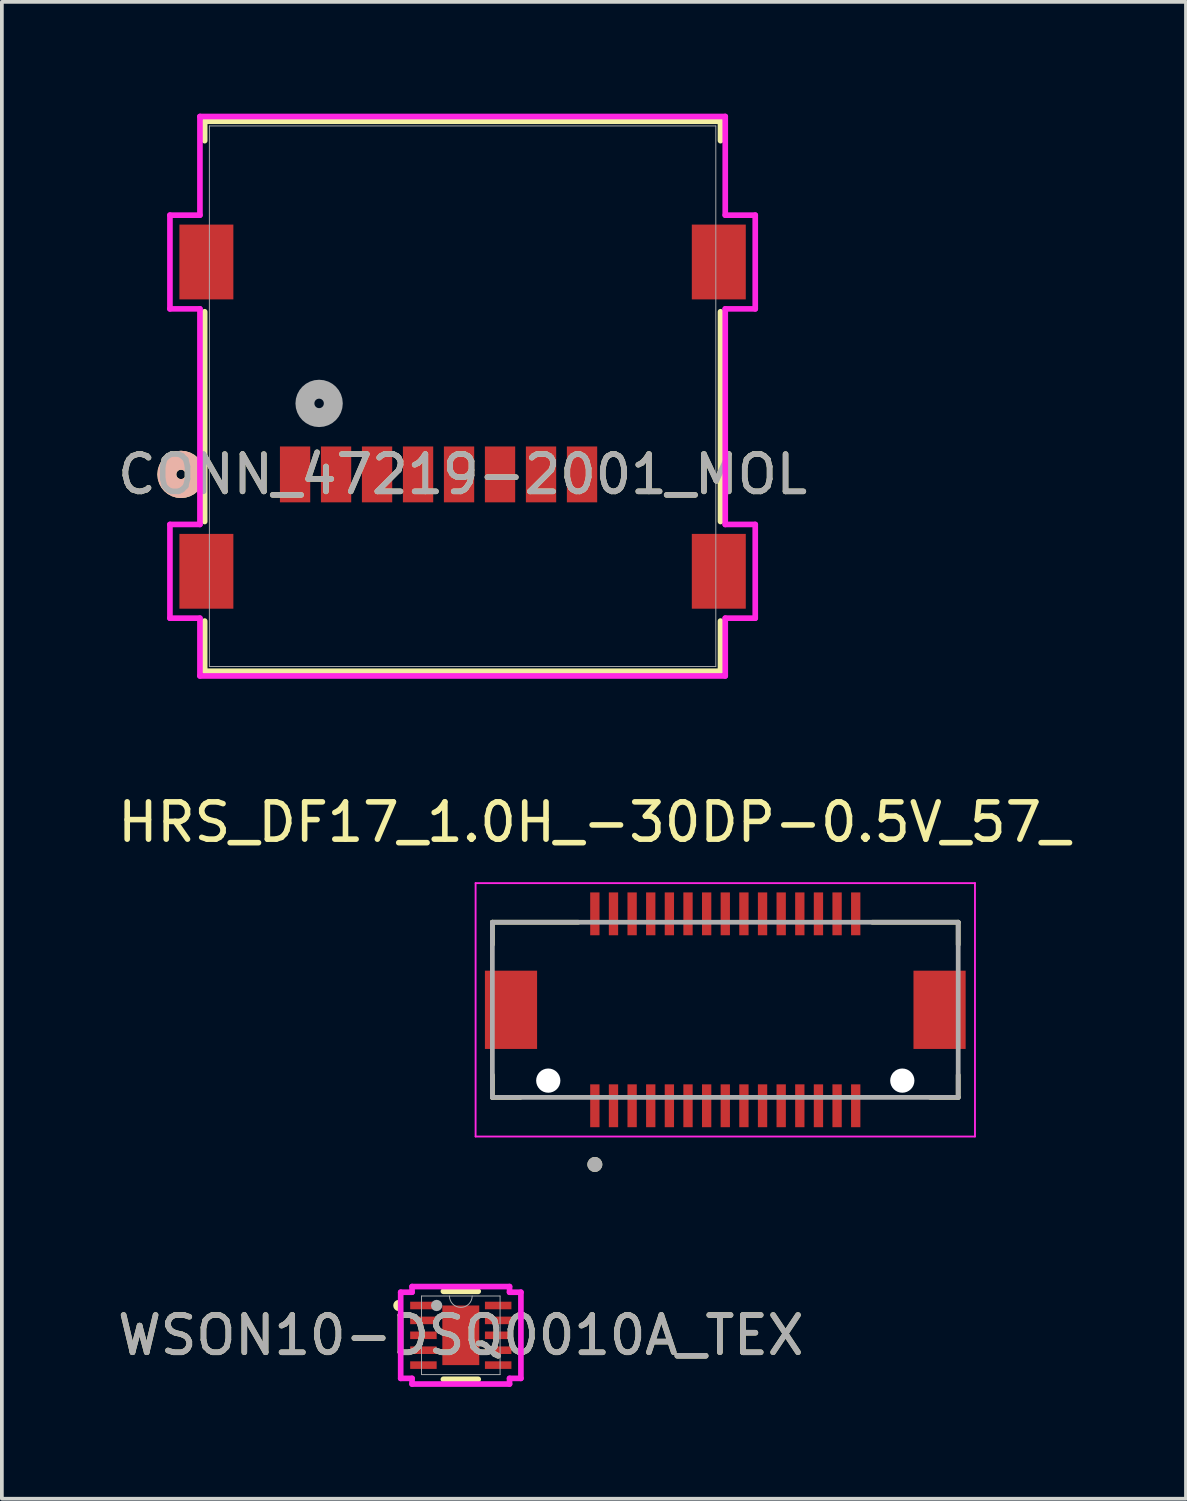
<source format=kicad_pcb>
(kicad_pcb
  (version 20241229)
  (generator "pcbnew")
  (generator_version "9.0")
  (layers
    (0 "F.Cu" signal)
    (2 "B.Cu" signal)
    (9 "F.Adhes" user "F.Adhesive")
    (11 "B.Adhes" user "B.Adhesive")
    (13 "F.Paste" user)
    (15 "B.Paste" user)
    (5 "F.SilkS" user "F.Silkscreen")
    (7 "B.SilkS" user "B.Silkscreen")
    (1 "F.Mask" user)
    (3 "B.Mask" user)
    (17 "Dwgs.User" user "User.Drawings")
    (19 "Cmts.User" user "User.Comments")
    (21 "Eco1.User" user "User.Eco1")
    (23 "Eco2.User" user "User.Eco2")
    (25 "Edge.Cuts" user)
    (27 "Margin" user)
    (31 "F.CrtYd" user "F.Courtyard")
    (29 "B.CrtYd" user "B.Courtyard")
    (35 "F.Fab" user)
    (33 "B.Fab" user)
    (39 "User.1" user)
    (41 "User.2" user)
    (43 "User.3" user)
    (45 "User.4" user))
  (footprint "CONN_47219-2001_MOL"
    (layer "F.Cu")
    (at 9.363 7.582)
    (property "Reference" "CONN_47219-2001_MOL" (at 0 2.098 0) (unlocked yes) (layer "F.SilkS") (effects (font (size 1 1) (thickness 0.15))))
    (attr smd)
    (fp_line (start -6.921 -7.379) (end -6.921 -6.858) (stroke (width 0.152) (type solid)) (layer "F.SilkS"))
    (fp_line (start -6.921 -2.266) (end -6.921 3.362) (stroke (width 0.152) (type solid)) (layer "F.SilkS"))
    (fp_line (start -6.921 6.034) (end -6.921 7.379) (stroke (width 0.152) (type solid)) (layer "F.SilkS"))
    (fp_line (start -6.921 7.379) (end 6.921 7.379) (stroke (width 0.152) (type solid)) (layer "F.SilkS"))
    (fp_line (start 6.921 -7.379) (end -6.921 -7.379) (stroke (width 0.152) (type solid)) (layer "F.SilkS"))
    (fp_line (start 6.921 -6.858) (end 6.921 -7.379) (stroke (width 0.152) (type solid)) (layer "F.SilkS"))
    (fp_line (start 6.921 3.362) (end 6.921 -2.266) (stroke (width 0.152) (type solid)) (layer "F.SilkS"))
    (fp_line (start 6.921 7.379) (end 6.921 6.034) (stroke (width 0.152) (type solid)) (layer "F.SilkS"))
    (fp_circle (center -7.556 2.098) (end -7.176 2.098) (stroke (width 0.508) (type solid)) (fill no) (layer "F.SilkS"))
    (fp_circle (center -7.556 2.098) (end -7.176 2.098) (stroke (width 0.508) (type solid)) (fill no) (layer "B.SilkS"))
    (fp_line (start -7.853 -4.859) (end -7.853 -2.344) (stroke (width 0.152) (type solid)) (layer "F.CrtYd"))
    (fp_line (start -7.853 -2.344) (end -7.048 -2.344) (stroke (width 0.152) (type solid)) (layer "F.CrtYd"))
    (fp_line (start -7.853 3.441) (end -7.853 5.956) (stroke (width 0.152) (type solid)) (layer "F.CrtYd"))
    (fp_line (start -7.853 5.956) (end -7.048 5.956) (stroke (width 0.152) (type solid)) (layer "F.CrtYd"))
    (fp_line (start -7.048 -7.506) (end -7.048 -4.859) (stroke (width 0.152) (type solid)) (layer "F.CrtYd"))
    (fp_line (start -7.048 -4.859) (end -7.853 -4.859) (stroke (width 0.152) (type solid)) (layer "F.CrtYd"))
    (fp_line (start -7.048 -2.344) (end -7.048 3.441) (stroke (width 0.152) (type solid)) (layer "F.CrtYd"))
    (fp_line (start -7.048 3.441) (end -7.853 3.441) (stroke (width 0.152) (type solid)) (layer "F.CrtYd"))
    (fp_line (start -7.048 5.956) (end -7.048 7.506) (stroke (width 0.152) (type solid)) (layer "F.CrtYd"))
    (fp_line (start -7.048 7.506) (end 7.048 7.506) (stroke (width 0.152) (type solid)) (layer "F.CrtYd"))
    (fp_line (start 7.048 -7.506) (end -7.048 -7.506) (stroke (width 0.152) (type solid)) (layer "F.CrtYd"))
    (fp_line (start 7.048 -4.859) (end 7.048 -7.506) (stroke (width 0.152) (type solid)) (layer "F.CrtYd"))
    (fp_line (start 7.048 -2.344) (end 7.853 -2.344) (stroke (width 0.152) (type solid)) (layer "F.CrtYd"))
    (fp_line (start 7.048 3.441) (end 7.048 -2.344) (stroke (width 0.152) (type solid)) (layer "F.CrtYd"))
    (fp_line (start 7.048 5.956) (end 7.853 5.956) (stroke (width 0.152) (type solid)) (layer "F.CrtYd"))
    (fp_line (start 7.048 7.506) (end 7.048 5.956) (stroke (width 0.152) (type solid)) (layer "F.CrtYd"))
    (fp_line (start 7.853 -4.859) (end 7.048 -4.859) (stroke (width 0.152) (type solid)) (layer "F.CrtYd"))
    (fp_line (start 7.853 -2.344) (end 7.853 -4.859) (stroke (width 0.152) (type solid)) (layer "F.CrtYd"))
    (fp_line (start 7.853 3.441) (end 7.048 3.441) (stroke (width 0.152) (type solid)) (layer "F.CrtYd"))
    (fp_line (start 7.853 5.956) (end 7.853 3.441) (stroke (width 0.152) (type solid)) (layer "F.CrtYd"))
    (fp_line (start -6.795 -7.252) (end -6.795 7.252) (stroke (width 0.025) (type solid)) (layer "F.Fab"))
    (fp_line (start -6.795 7.252) (end 6.795 7.252) (stroke (width 0.025) (type solid)) (layer "F.Fab"))
    (fp_line (start 6.795 -7.252) (end -6.795 -7.252) (stroke (width 0.025) (type solid)) (layer "F.Fab"))
    (fp_line (start 6.795 7.252) (end 6.795 -7.252) (stroke (width 0.025) (type solid)) (layer "F.Fab"))
    (fp_circle (center -3.85 0.193) (end -3.469 0.193) (stroke (width 0.508) (type solid)) (fill no) (layer "F.Fab"))
    (fp_text user "${REFERENCE}" (at 0 2.098 0) (unlocked yes) (layer "F.Fab") (effects (font (size 1 1) (thickness 0.15))))
    (pad "1" smd rect (at 3.205 2.098) (size 0.813 1.499) (layers "F.Cu" "F.Mask" "F.Paste"))
    (pad "2" smd rect (at 2.105 2.098) (size 0.813 1.499) (layers "F.Cu" "F.Mask" "F.Paste"))
    (pad "3" smd rect (at 1.005 2.098) (size 0.813 1.499) (layers "F.Cu" "F.Mask" "F.Paste"))
    (pad "4" smd rect (at -0.095 2.098) (size 0.813 1.499) (layers "F.Cu" "F.Mask" "F.Paste"))
    (pad "5" smd rect (at -1.195 2.098) (size 0.813 1.499) (layers "F.Cu" "F.Mask" "F.Paste"))
    (pad "6" smd rect (at -2.295 2.098) (size 0.813 1.499) (layers "F.Cu" "F.Mask" "F.Paste"))
    (pad "7" smd rect (at -3.395 2.098) (size 0.813 1.499) (layers "F.Cu" "F.Mask" "F.Paste"))
    (pad "8" smd rect (at -4.495 2.098) (size 0.813 1.499) (layers "F.Cu" "F.Mask" "F.Paste"))
    (pad "G1" smd rect (at 6.875 4.698) (size 1.448 2.007) (layers "F.Cu" "F.Mask" "F.Paste"))
    (pad "G2" smd rect (at 6.875 -3.602) (size 1.448 2.007) (layers "F.Cu" "F.Mask" "F.Paste"))
    (pad "G3" smd rect (at -6.875 -3.602) (size 1.448 2.007) (layers "F.Cu" "F.Mask" "F.Paste"))
    (pad "G4" smd rect (at -6.875 4.698) (size 1.448 2.007) (layers "F.Cu" "F.Mask" "F.Paste")))
  (footprint "WSON10-DSQ0010A_TEX"
    (layer "F.Cu")
    (at 9.315 32.781)
    (property "Reference" "WSON10-DSQ0010A_TEX" (at 0 0 0) (unlocked yes) (layer "F.SilkS") (effects (font (size 1 1) (thickness 0.15))))
    (attr smd)
    (fp_line (start -0.467 1.181) (end 0.467 1.181) (stroke (width 0.152) (type solid)) (layer "F.SilkS"))
    (fp_line (start 0.467 -1.181) (end -0.467 -1.181) (stroke (width 0.152) (type solid)) (layer "F.SilkS"))
    (fp_arc (start -1.69164 -0.730453) (mid -1.7367 -0.8) (end -1.69164 -0.869547) (stroke (width 0.1524) (type solid)) (layer "F.SilkS"))
    (fp_line (start -1.613 -1.156) (end -1.308 -1.156) (stroke (width 0.152) (type solid)) (layer "F.CrtYd"))
    (fp_line (start -1.613 1.156) (end -1.613 -1.156) (stroke (width 0.152) (type solid)) (layer "F.CrtYd"))
    (fp_line (start -1.613 1.156) (end -1.308 1.156) (stroke (width 0.152) (type solid)) (layer "F.CrtYd"))
    (fp_line (start -1.308 -1.308) (end 1.308 -1.308) (stroke (width 0.152) (type solid)) (layer "F.CrtYd"))
    (fp_line (start -1.308 -1.156) (end -1.308 -1.308) (stroke (width 0.152) (type solid)) (layer "F.CrtYd"))
    (fp_line (start -1.308 1.308) (end -1.308 1.156) (stroke (width 0.152) (type solid)) (layer "F.CrtYd"))
    (fp_line (start 1.308 -1.308) (end 1.308 -1.156) (stroke (width 0.152) (type solid)) (layer "F.CrtYd"))
    (fp_line (start 1.308 1.156) (end 1.308 1.308) (stroke (width 0.152) (type solid)) (layer "F.CrtYd"))
    (fp_line (start 1.308 1.308) (end -1.308 1.308) (stroke (width 0.152) (type solid)) (layer "F.CrtYd"))
    (fp_line (start 1.613 -1.156) (end 1.308 -1.156) (stroke (width 0.152) (type solid)) (layer "F.CrtYd"))
    (fp_line (start 1.613 -1.156) (end 1.613 1.156) (stroke (width 0.152) (type solid)) (layer "F.CrtYd"))
    (fp_line (start 1.613 1.156) (end 1.308 1.156) (stroke (width 0.152) (type solid)) (layer "F.CrtYd"))
    (fp_line (start -1.054 -1.054) (end -1.054 1.054) (stroke (width 0.025) (type solid)) (layer "F.Fab"))
    (fp_line (start -1.054 1.054) (end 1.054 1.054) (stroke (width 0.025) (type solid)) (layer "F.Fab"))
    (fp_line (start 1.054 -1.054) (end -1.054 -1.054) (stroke (width 0.025) (type solid)) (layer "F.Fab"))
    (fp_line (start 1.054 1.054) (end 1.054 -1.054) (stroke (width 0.025) (type solid)) (layer "F.Fab"))
    (fp_arc (start 0.3048 -1.0541) (mid 0 -0.7493) (end -0.3048 -1.0541) (stroke (width 0.0254) (type solid)) (layer "F.Fab"))
    (fp_circle (center -0.648 -0.8) (end -0.648 -0.8) (stroke (width 0.152) (type solid)) (fill no) (layer "F.Fab"))
    (fp_text user "${REFERENCE}" (at 0 0 0) (unlocked yes) (layer "F.Fab") (effects (font (size 1 1) (thickness 0.15))))
    (pad "1" smd rect (at -1.003 -0.8) (size 0.711 0.203) (layers "F.Cu" "F.Mask" "F.Paste"))
    (pad "2" smd rect (at -1.003 -0.4) (size 0.711 0.203) (layers "F.Cu" "F.Mask" "F.Paste"))
    (pad "3" smd rect (at -1.003 0) (size 0.711 0.203) (layers "F.Cu" "F.Mask" "F.Paste"))
    (pad "4" smd rect (at -1.003 0.4) (size 0.711 0.203) (layers "F.Cu" "F.Mask" "F.Paste"))
    (pad "5" smd rect (at -1.003 0.8) (size 0.711 0.203) (layers "F.Cu" "F.Mask" "F.Paste"))
    (pad "6" smd rect (at 1.003 0.8) (size 0.711 0.203) (layers "F.Cu" "F.Mask" "F.Paste"))
    (pad "7" smd rect (at 1.003 0.4) (size 0.711 0.203) (layers "F.Cu" "F.Mask" "F.Paste"))
    (pad "8" smd rect (at 1.003 0) (size 0.711 0.203) (layers "F.Cu" "F.Mask" "F.Paste"))
    (pad "9" smd rect (at 1.003 -0.4) (size 0.711 0.203) (layers "F.Cu" "F.Mask" "F.Paste"))
    (pad "10" smd rect (at 1.003 -0.8) (size 0.711 0.203) (layers "F.Cu" "F.Mask" "F.Paste"))
    (pad "11" smd rect (at 0 0) (size 0.991 1.6) (layers "F.Cu" "F.Mask" "F.Paste")))
  (footprint "HRS_DF17_1.0H_-30DP-0.5V_57_"
    (layer "F.Cu")
    (at 16.412 24.047)
    (property "Reference" "HRS_DF17_1.0H_-30DP-0.5V_57_" (at -3.525 -5.035 0) (layer "F.SilkS") (effects (font (size 1 1) (thickness 0.15))))
    (attr smd)
    (fp_line (start -6.25 -2.35) (end -6.25 -1.75) (stroke (width 0.127) (type solid)) (layer "F.SilkS"))
    (fp_line (start -6.25 2.35) (end -6.25 1.75) (stroke (width 0.127) (type solid)) (layer "F.SilkS"))
    (fp_line (start -6.25 2.35) (end -5.5 2.35) (stroke (width 0.127) (type solid)) (layer "F.SilkS"))
    (fp_line (start -3.945 -2.35) (end -6.25 -2.35) (stroke (width 0.127) (type solid)) (layer "F.SilkS"))
    (fp_line (start 5.5 2.35) (end 6.25 2.35) (stroke (width 0.127) (type solid)) (layer "F.SilkS"))
    (fp_line (start 6.25 -2.35) (end 3.945 -2.35) (stroke (width 0.127) (type solid)) (layer "F.SilkS"))
    (fp_line (start 6.25 -2.35) (end 6.25 -1.75) (stroke (width 0.127) (type solid)) (layer "F.SilkS"))
    (fp_line (start 6.25 2.35) (end 6.25 1.75) (stroke (width 0.127) (type solid)) (layer "F.SilkS"))
    (fp_circle (center -3.5 4.15) (end -3.4 4.15) (stroke (width 0.2) (type solid)) (fill no) (layer "F.SilkS"))
    (fp_line (start -6.7 -3.4) (end -6.7 3.4) (stroke (width 0.05) (type solid)) (layer "F.CrtYd"))
    (fp_line (start -6.7 3.4) (end 6.7 3.4) (stroke (width 0.05) (type solid)) (layer "F.CrtYd"))
    (fp_line (start 6.7 -3.4) (end -6.7 -3.4) (stroke (width 0.05) (type solid)) (layer "F.CrtYd"))
    (fp_line (start 6.7 3.4) (end 6.7 -3.4) (stroke (width 0.05) (type solid)) (layer "F.CrtYd"))
    (fp_line (start -6.25 -2.35) (end -6.25 2.35) (stroke (width 0.127) (type solid)) (layer "F.Fab"))
    (fp_line (start -6.25 2.35) (end 6.25 2.35) (stroke (width 0.127) (type solid)) (layer "F.Fab"))
    (fp_line (start 6.25 -2.35) (end -6.25 -2.35) (stroke (width 0.127) (type solid)) (layer "F.Fab"))
    (fp_line (start 6.25 2.35) (end 6.25 -2.35) (stroke (width 0.127) (type solid)) (layer "F.Fab"))
    (fp_circle (center -3.5 4.15) (end -3.4 4.15) (stroke (width 0.2) (type solid)) (fill no) (layer "F.Fab"))
    (pad "" np_thru_hole circle (at -4.75 1.9) (size 0.65 0.65) (drill 0.65) (layers "*.Cu" "*.Mask"))
    (pad "" np_thru_hole circle (at 4.75 1.9) (size 0.65 0.65) (drill 0.65) (layers "*.Cu" "*.Mask"))
    (pad "1" smd rect (at -3.5 2.575) (size 0.25 1.15) (layers "F.Cu" "F.Mask" "F.Paste"))
    (pad "2" smd rect (at -3 2.575) (size 0.25 1.15) (layers "F.Cu" "F.Mask" "F.Paste"))
    (pad "3" smd rect (at -2.5 2.575) (size 0.25 1.15) (layers "F.Cu" "F.Mask" "F.Paste"))
    (pad "4" smd rect (at -2 2.575) (size 0.25 1.15) (layers "F.Cu" "F.Mask" "F.Paste"))
    (pad "5" smd rect (at -1.5 2.575) (size 0.25 1.15) (layers "F.Cu" "F.Mask" "F.Paste"))
    (pad "6" smd rect (at -1 2.575) (size 0.25 1.15) (layers "F.Cu" "F.Mask" "F.Paste"))
    (pad "7" smd rect (at -0.5 2.575) (size 0.25 1.15) (layers "F.Cu" "F.Mask" "F.Paste"))
    (pad "8" smd rect (at 0 2.575) (size 0.25 1.15) (layers "F.Cu" "F.Mask" "F.Paste"))
    (pad "9" smd rect (at 0.5 2.575) (size 0.25 1.15) (layers "F.Cu" "F.Mask" "F.Paste"))
    (pad "10" smd rect (at 1 2.575) (size 0.25 1.15) (layers "F.Cu" "F.Mask" "F.Paste"))
    (pad "11" smd rect (at 1.5 2.575) (size 0.25 1.15) (layers "F.Cu" "F.Mask" "F.Paste"))
    (pad "12" smd rect (at 2 2.575) (size 0.25 1.15) (layers "F.Cu" "F.Mask" "F.Paste"))
    (pad "13" smd rect (at 2.5 2.575) (size 0.25 1.15) (layers "F.Cu" "F.Mask" "F.Paste"))
    (pad "14" smd rect (at 3 2.575) (size 0.25 1.15) (layers "F.Cu" "F.Mask" "F.Paste"))
    (pad "15" smd rect (at 3.5 2.575) (size 0.25 1.15) (layers "F.Cu" "F.Mask" "F.Paste"))
    (pad "16" smd rect (at 3.5 -2.575) (size 0.25 1.15) (layers "F.Cu" "F.Mask" "F.Paste"))
    (pad "17" smd rect (at 3 -2.575) (size 0.25 1.15) (layers "F.Cu" "F.Mask" "F.Paste"))
    (pad "18" smd rect (at 2.5 -2.575) (size 0.25 1.15) (layers "F.Cu" "F.Mask" "F.Paste"))
    (pad "19" smd rect (at 2 -2.575) (size 0.25 1.15) (layers "F.Cu" "F.Mask" "F.Paste"))
    (pad "20" smd rect (at 1.5 -2.575) (size 0.25 1.15) (layers "F.Cu" "F.Mask" "F.Paste"))
    (pad "21" smd rect (at 1 -2.575) (size 0.25 1.15) (layers "F.Cu" "F.Mask" "F.Paste"))
    (pad "22" smd rect (at 0.5 -2.575) (size 0.25 1.15) (layers "F.Cu" "F.Mask" "F.Paste"))
    (pad "23" smd rect (at 0 -2.575) (size 0.25 1.15) (layers "F.Cu" "F.Mask" "F.Paste"))
    (pad "24" smd rect (at -0.5 -2.575) (size 0.25 1.15) (layers "F.Cu" "F.Mask" "F.Paste"))
    (pad "25" smd rect (at -1 -2.575) (size 0.25 1.15) (layers "F.Cu" "F.Mask" "F.Paste"))
    (pad "26" smd rect (at -1.5 -2.575) (size 0.25 1.15) (layers "F.Cu" "F.Mask" "F.Paste"))
    (pad "27" smd rect (at -2 -2.575) (size 0.25 1.15) (layers "F.Cu" "F.Mask" "F.Paste"))
    (pad "28" smd rect (at -2.5 -2.575) (size 0.25 1.15) (layers "F.Cu" "F.Mask" "F.Paste"))
    (pad "29" smd rect (at -3 -2.575) (size 0.25 1.15) (layers "F.Cu" "F.Mask" "F.Paste"))
    (pad "30" smd rect (at -3.5 -2.575) (size 0.25 1.15) (layers "F.Cu" "F.Mask" "F.Paste"))
    (pad "S1" smd rect (at -5.75 0) (size 1.4 2.1) (layers "F.Cu" "F.Mask" "F.Paste"))
    (pad "S2" smd rect (at 5.75 0) (size 1.4 2.1) (layers "F.Cu" "F.Mask" "F.Paste")))
  (gr_rect
    (start -3 -3)
    (end 28.774 37.166)
    (stroke (width 0.1) (type default))
    (fill no)
    (layer "Edge.Cuts")))
</source>
